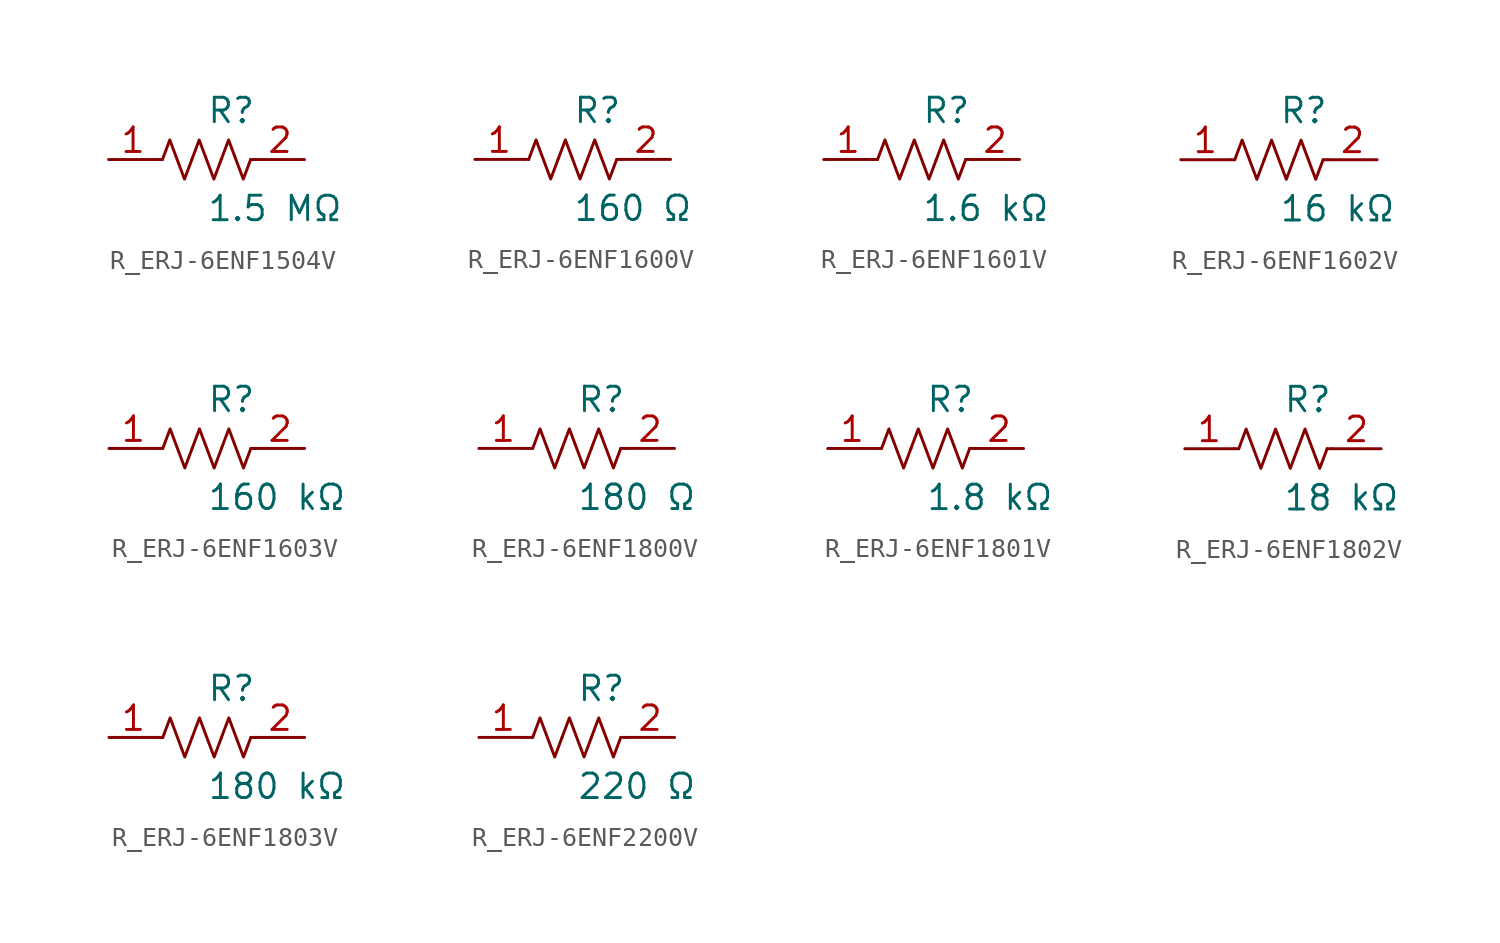
<source format=kicad_sym>
(kicad_symbol_lib
  (version 20231120)
  (generator kicad_symbol_editor)
  (generator_version 8.0)
  (symbol "R_ERJ-6ENF1504V"
    (pin_names
      (offset 0.254))
    (property "Reference" "R"
      (at 0.0 2.54 0)
      (effects (font (size 1.27 1.27)) (justify left)))
    (property "Value" "1.5 MΩ"
      (at 0.0 -2.54 0)
      (effects (font (size 1.27 1.27)) (justify left)))
    (symbol "R_ERJ-6ENF1504V_0_1"
      (polyline (pts (xy 2.286 0) (xy 2.54 0)) (stroke (width 0) (type default)) (fill (type none)))
      (polyline (pts (xy -2.286 0) (xy -2.54 0)) (stroke (width 0) (type default)) (fill (type none)))
      (polyline (pts (xy 0.762 0) (xy 1.143 1.016) (xy 1.524 0) (xy 1.905 -1.016) (xy 2.286 0)) (stroke (width 0) (type default)) (fill (type none)))
      (polyline (pts (xy -0.762 0) (xy -0.381 1.016) (xy 0 0) (xy 0.381 -1.016) (xy 0.762 0)) (stroke (width 0) (type default)) (fill (type none)))
      (polyline (pts (xy -2.286 0) (xy -1.905 1.016) (xy -1.524 0) (xy -1.143 -1.016) (xy -0.762 0)) (stroke (width 0) (type default)) (fill (type none))))
    (pin unspecified line
      (at -5.08 0 0)
      (length 2.54)
      (name "" (effects (font (size 1.27 1.27))))
      (number "1" (effects (font (size 1.27 1.27)))))
    (pin unspecified line
      (at 5.08 0 180)
      (length 2.54)
      (name "" (effects (font (size 1.27 1.27))))
      (number "2" (effects (font (size 1.27 1.27))))))
  (symbol "R_ERJ-6ENF1600V"
    (pin_names
      (offset 0.254))
    (property "Reference" "R"
      (at 0.0 2.54 0)
      (effects (font (size 1.27 1.27)) (justify left)))
    (property "Value" "160 Ω"
      (at 0.0 -2.54 0)
      (effects (font (size 1.27 1.27)) (justify left)))
    (symbol "R_ERJ-6ENF1600V_0_1"
      (polyline (pts (xy 2.286 0) (xy 2.54 0)) (stroke (width 0) (type default)) (fill (type none)))
      (polyline (pts (xy -2.286 0) (xy -2.54 0)) (stroke (width 0) (type default)) (fill (type none)))
      (polyline (pts (xy 0.762 0) (xy 1.143 1.016) (xy 1.524 0) (xy 1.905 -1.016) (xy 2.286 0)) (stroke (width 0) (type default)) (fill (type none)))
      (polyline (pts (xy -0.762 0) (xy -0.381 1.016) (xy 0 0) (xy 0.381 -1.016) (xy 0.762 0)) (stroke (width 0) (type default)) (fill (type none)))
      (polyline (pts (xy -2.286 0) (xy -1.905 1.016) (xy -1.524 0) (xy -1.143 -1.016) (xy -0.762 0)) (stroke (width 0) (type default)) (fill (type none))))
    (pin unspecified line
      (at -5.08 0 0)
      (length 2.54)
      (name "" (effects (font (size 1.27 1.27))))
      (number "1" (effects (font (size 1.27 1.27)))))
    (pin unspecified line
      (at 5.08 0 180)
      (length 2.54)
      (name "" (effects (font (size 1.27 1.27))))
      (number "2" (effects (font (size 1.27 1.27))))))
  (symbol "R_ERJ-6ENF1601V"
    (pin_names
      (offset 0.254))
    (property "Reference" "R"
      (at 0.0 2.54 0)
      (effects (font (size 1.27 1.27)) (justify left)))
    (property "Value" "1.6 kΩ"
      (at 0.0 -2.54 0)
      (effects (font (size 1.27 1.27)) (justify left)))
    (symbol "R_ERJ-6ENF1601V_0_1"
      (polyline (pts (xy 2.286 0) (xy 2.54 0)) (stroke (width 0) (type default)) (fill (type none)))
      (polyline (pts (xy -2.286 0) (xy -2.54 0)) (stroke (width 0) (type default)) (fill (type none)))
      (polyline (pts (xy 0.762 0) (xy 1.143 1.016) (xy 1.524 0) (xy 1.905 -1.016) (xy 2.286 0)) (stroke (width 0) (type default)) (fill (type none)))
      (polyline (pts (xy -0.762 0) (xy -0.381 1.016) (xy 0 0) (xy 0.381 -1.016) (xy 0.762 0)) (stroke (width 0) (type default)) (fill (type none)))
      (polyline (pts (xy -2.286 0) (xy -1.905 1.016) (xy -1.524 0) (xy -1.143 -1.016) (xy -0.762 0)) (stroke (width 0) (type default)) (fill (type none))))
    (pin unspecified line
      (at -5.08 0 0)
      (length 2.54)
      (name "" (effects (font (size 1.27 1.27))))
      (number "1" (effects (font (size 1.27 1.27)))))
    (pin unspecified line
      (at 5.08 0 180)
      (length 2.54)
      (name "" (effects (font (size 1.27 1.27))))
      (number "2" (effects (font (size 1.27 1.27))))))
  (symbol "R_ERJ-6ENF1602V"
    (pin_names
      (offset 0.254))
    (property "Reference" "R"
      (at 0.0 2.54 0)
      (effects (font (size 1.27 1.27)) (justify left)))
    (property "Value" "16 kΩ"
      (at 0.0 -2.54 0)
      (effects (font (size 1.27 1.27)) (justify left)))
    (symbol "R_ERJ-6ENF1602V_0_1"
      (polyline (pts (xy 2.286 0) (xy 2.54 0)) (stroke (width 0) (type default)) (fill (type none)))
      (polyline (pts (xy -2.286 0) (xy -2.54 0)) (stroke (width 0) (type default)) (fill (type none)))
      (polyline (pts (xy 0.762 0) (xy 1.143 1.016) (xy 1.524 0) (xy 1.905 -1.016) (xy 2.286 0)) (stroke (width 0) (type default)) (fill (type none)))
      (polyline (pts (xy -0.762 0) (xy -0.381 1.016) (xy 0 0) (xy 0.381 -1.016) (xy 0.762 0)) (stroke (width 0) (type default)) (fill (type none)))
      (polyline (pts (xy -2.286 0) (xy -1.905 1.016) (xy -1.524 0) (xy -1.143 -1.016) (xy -0.762 0)) (stroke (width 0) (type default)) (fill (type none))))
    (pin unspecified line
      (at -5.08 0 0)
      (length 2.54)
      (name "" (effects (font (size 1.27 1.27))))
      (number "1" (effects (font (size 1.27 1.27)))))
    (pin unspecified line
      (at 5.08 0 180)
      (length 2.54)
      (name "" (effects (font (size 1.27 1.27))))
      (number "2" (effects (font (size 1.27 1.27))))))
  (symbol "R_ERJ-6ENF1603V"
    (pin_names
      (offset 0.254))
    (property "Reference" "R"
      (at 0.0 2.54 0)
      (effects (font (size 1.27 1.27)) (justify left)))
    (property "Value" "160 kΩ"
      (at 0.0 -2.54 0)
      (effects (font (size 1.27 1.27)) (justify left)))
    (symbol "R_ERJ-6ENF1603V_0_1"
      (polyline (pts (xy 2.286 0) (xy 2.54 0)) (stroke (width 0) (type default)) (fill (type none)))
      (polyline (pts (xy -2.286 0) (xy -2.54 0)) (stroke (width 0) (type default)) (fill (type none)))
      (polyline (pts (xy 0.762 0) (xy 1.143 1.016) (xy 1.524 0) (xy 1.905 -1.016) (xy 2.286 0)) (stroke (width 0) (type default)) (fill (type none)))
      (polyline (pts (xy -0.762 0) (xy -0.381 1.016) (xy 0 0) (xy 0.381 -1.016) (xy 0.762 0)) (stroke (width 0) (type default)) (fill (type none)))
      (polyline (pts (xy -2.286 0) (xy -1.905 1.016) (xy -1.524 0) (xy -1.143 -1.016) (xy -0.762 0)) (stroke (width 0) (type default)) (fill (type none))))
    (pin unspecified line
      (at -5.08 0 0)
      (length 2.54)
      (name "" (effects (font (size 1.27 1.27))))
      (number "1" (effects (font (size 1.27 1.27)))))
    (pin unspecified line
      (at 5.08 0 180)
      (length 2.54)
      (name "" (effects (font (size 1.27 1.27))))
      (number "2" (effects (font (size 1.27 1.27))))))
  (symbol "R_ERJ-6ENF1800V"
    (pin_names
      (offset 0.254))
    (property "Reference" "R"
      (at 0.0 2.54 0)
      (effects (font (size 1.27 1.27)) (justify left)))
    (property "Value" "180 Ω"
      (at 0.0 -2.54 0)
      (effects (font (size 1.27 1.27)) (justify left)))
    (symbol "R_ERJ-6ENF1800V_0_1"
      (polyline (pts (xy 2.286 0) (xy 2.54 0)) (stroke (width 0) (type default)) (fill (type none)))
      (polyline (pts (xy -2.286 0) (xy -2.54 0)) (stroke (width 0) (type default)) (fill (type none)))
      (polyline (pts (xy 0.762 0) (xy 1.143 1.016) (xy 1.524 0) (xy 1.905 -1.016) (xy 2.286 0)) (stroke (width 0) (type default)) (fill (type none)))
      (polyline (pts (xy -0.762 0) (xy -0.381 1.016) (xy 0 0) (xy 0.381 -1.016) (xy 0.762 0)) (stroke (width 0) (type default)) (fill (type none)))
      (polyline (pts (xy -2.286 0) (xy -1.905 1.016) (xy -1.524 0) (xy -1.143 -1.016) (xy -0.762 0)) (stroke (width 0) (type default)) (fill (type none))))
    (pin unspecified line
      (at -5.08 0 0)
      (length 2.54)
      (name "" (effects (font (size 1.27 1.27))))
      (number "1" (effects (font (size 1.27 1.27)))))
    (pin unspecified line
      (at 5.08 0 180)
      (length 2.54)
      (name "" (effects (font (size 1.27 1.27))))
      (number "2" (effects (font (size 1.27 1.27))))))
  (symbol "R_ERJ-6ENF1801V"
    (pin_names
      (offset 0.254))
    (property "Reference" "R"
      (at 0.0 2.54 0)
      (effects (font (size 1.27 1.27)) (justify left)))
    (property "Value" "1.8 kΩ"
      (at 0.0 -2.54 0)
      (effects (font (size 1.27 1.27)) (justify left)))
    (symbol "R_ERJ-6ENF1801V_0_1"
      (polyline (pts (xy 2.286 0) (xy 2.54 0)) (stroke (width 0) (type default)) (fill (type none)))
      (polyline (pts (xy -2.286 0) (xy -2.54 0)) (stroke (width 0) (type default)) (fill (type none)))
      (polyline (pts (xy 0.762 0) (xy 1.143 1.016) (xy 1.524 0) (xy 1.905 -1.016) (xy 2.286 0)) (stroke (width 0) (type default)) (fill (type none)))
      (polyline (pts (xy -0.762 0) (xy -0.381 1.016) (xy 0 0) (xy 0.381 -1.016) (xy 0.762 0)) (stroke (width 0) (type default)) (fill (type none)))
      (polyline (pts (xy -2.286 0) (xy -1.905 1.016) (xy -1.524 0) (xy -1.143 -1.016) (xy -0.762 0)) (stroke (width 0) (type default)) (fill (type none))))
    (pin unspecified line
      (at -5.08 0 0)
      (length 2.54)
      (name "" (effects (font (size 1.27 1.27))))
      (number "1" (effects (font (size 1.27 1.27)))))
    (pin unspecified line
      (at 5.08 0 180)
      (length 2.54)
      (name "" (effects (font (size 1.27 1.27))))
      (number "2" (effects (font (size 1.27 1.27))))))
  (symbol "R_ERJ-6ENF1802V"
    (pin_names
      (offset 0.254))
    (property "Reference" "R"
      (at 0.0 2.54 0)
      (effects (font (size 1.27 1.27)) (justify left)))
    (property "Value" "18 kΩ"
      (at 0.0 -2.54 0)
      (effects (font (size 1.27 1.27)) (justify left)))
    (symbol "R_ERJ-6ENF1802V_0_1"
      (polyline (pts (xy 2.286 0) (xy 2.54 0)) (stroke (width 0) (type default)) (fill (type none)))
      (polyline (pts (xy -2.286 0) (xy -2.54 0)) (stroke (width 0) (type default)) (fill (type none)))
      (polyline (pts (xy 0.762 0) (xy 1.143 1.016) (xy 1.524 0) (xy 1.905 -1.016) (xy 2.286 0)) (stroke (width 0) (type default)) (fill (type none)))
      (polyline (pts (xy -0.762 0) (xy -0.381 1.016) (xy 0 0) (xy 0.381 -1.016) (xy 0.762 0)) (stroke (width 0) (type default)) (fill (type none)))
      (polyline (pts (xy -2.286 0) (xy -1.905 1.016) (xy -1.524 0) (xy -1.143 -1.016) (xy -0.762 0)) (stroke (width 0) (type default)) (fill (type none))))
    (pin unspecified line
      (at -5.08 0 0)
      (length 2.54)
      (name "" (effects (font (size 1.27 1.27))))
      (number "1" (effects (font (size 1.27 1.27)))))
    (pin unspecified line
      (at 5.08 0 180)
      (length 2.54)
      (name "" (effects (font (size 1.27 1.27))))
      (number "2" (effects (font (size 1.27 1.27))))))
  (symbol "R_ERJ-6ENF1803V"
    (pin_names
      (offset 0.254))
    (property "Reference" "R"
      (at 0.0 2.54 0)
      (effects (font (size 1.27 1.27)) (justify left)))
    (property "Value" "180 kΩ"
      (at 0.0 -2.54 0)
      (effects (font (size 1.27 1.27)) (justify left)))
    (symbol "R_ERJ-6ENF1803V_0_1"
      (polyline (pts (xy 2.286 0) (xy 2.54 0)) (stroke (width 0) (type default)) (fill (type none)))
      (polyline (pts (xy -2.286 0) (xy -2.54 0)) (stroke (width 0) (type default)) (fill (type none)))
      (polyline (pts (xy 0.762 0) (xy 1.143 1.016) (xy 1.524 0) (xy 1.905 -1.016) (xy 2.286 0)) (stroke (width 0) (type default)) (fill (type none)))
      (polyline (pts (xy -0.762 0) (xy -0.381 1.016) (xy 0 0) (xy 0.381 -1.016) (xy 0.762 0)) (stroke (width 0) (type default)) (fill (type none)))
      (polyline (pts (xy -2.286 0) (xy -1.905 1.016) (xy -1.524 0) (xy -1.143 -1.016) (xy -0.762 0)) (stroke (width 0) (type default)) (fill (type none))))
    (pin unspecified line
      (at -5.08 0 0)
      (length 2.54)
      (name "" (effects (font (size 1.27 1.27))))
      (number "1" (effects (font (size 1.27 1.27)))))
    (pin unspecified line
      (at 5.08 0 180)
      (length 2.54)
      (name "" (effects (font (size 1.27 1.27))))
      (number "2" (effects (font (size 1.27 1.27))))))
  (symbol "R_ERJ-6ENF2200V"
    (pin_names
      (offset 0.254))
    (property "Reference" "R"
      (at 0.0 2.54 0)
      (effects (font (size 1.27 1.27)) (justify left)))
    (property "Value" "220 Ω"
      (at 0.0 -2.54 0)
      (effects (font (size 1.27 1.27)) (justify left)))
    (symbol "R_ERJ-6ENF2200V_0_1"
      (polyline (pts (xy 2.286 0) (xy 2.54 0)) (stroke (width 0) (type default)) (fill (type none)))
      (polyline (pts (xy -2.286 0) (xy -2.54 0)) (stroke (width 0) (type default)) (fill (type none)))
      (polyline (pts (xy 0.762 0) (xy 1.143 1.016) (xy 1.524 0) (xy 1.905 -1.016) (xy 2.286 0)) (stroke (width 0) (type default)) (fill (type none)))
      (polyline (pts (xy -0.762 0) (xy -0.381 1.016) (xy 0 0) (xy 0.381 -1.016) (xy 0.762 0)) (stroke (width 0) (type default)) (fill (type none)))
      (polyline (pts (xy -2.286 0) (xy -1.905 1.016) (xy -1.524 0) (xy -1.143 -1.016) (xy -0.762 0)) (stroke (width 0) (type default)) (fill (type none))))
    (pin unspecified line
      (at -5.08 0 0)
      (length 2.54)
      (name "" (effects (font (size 1.27 1.27))))
      (number "1" (effects (font (size 1.27 1.27)))))
    (pin unspecified line
      (at 5.08 0 180)
      (length 2.54)
      (name "" (effects (font (size 1.27 1.27))))
      (number "2" (effects (font (size 1.27 1.27)))))))
</source>
